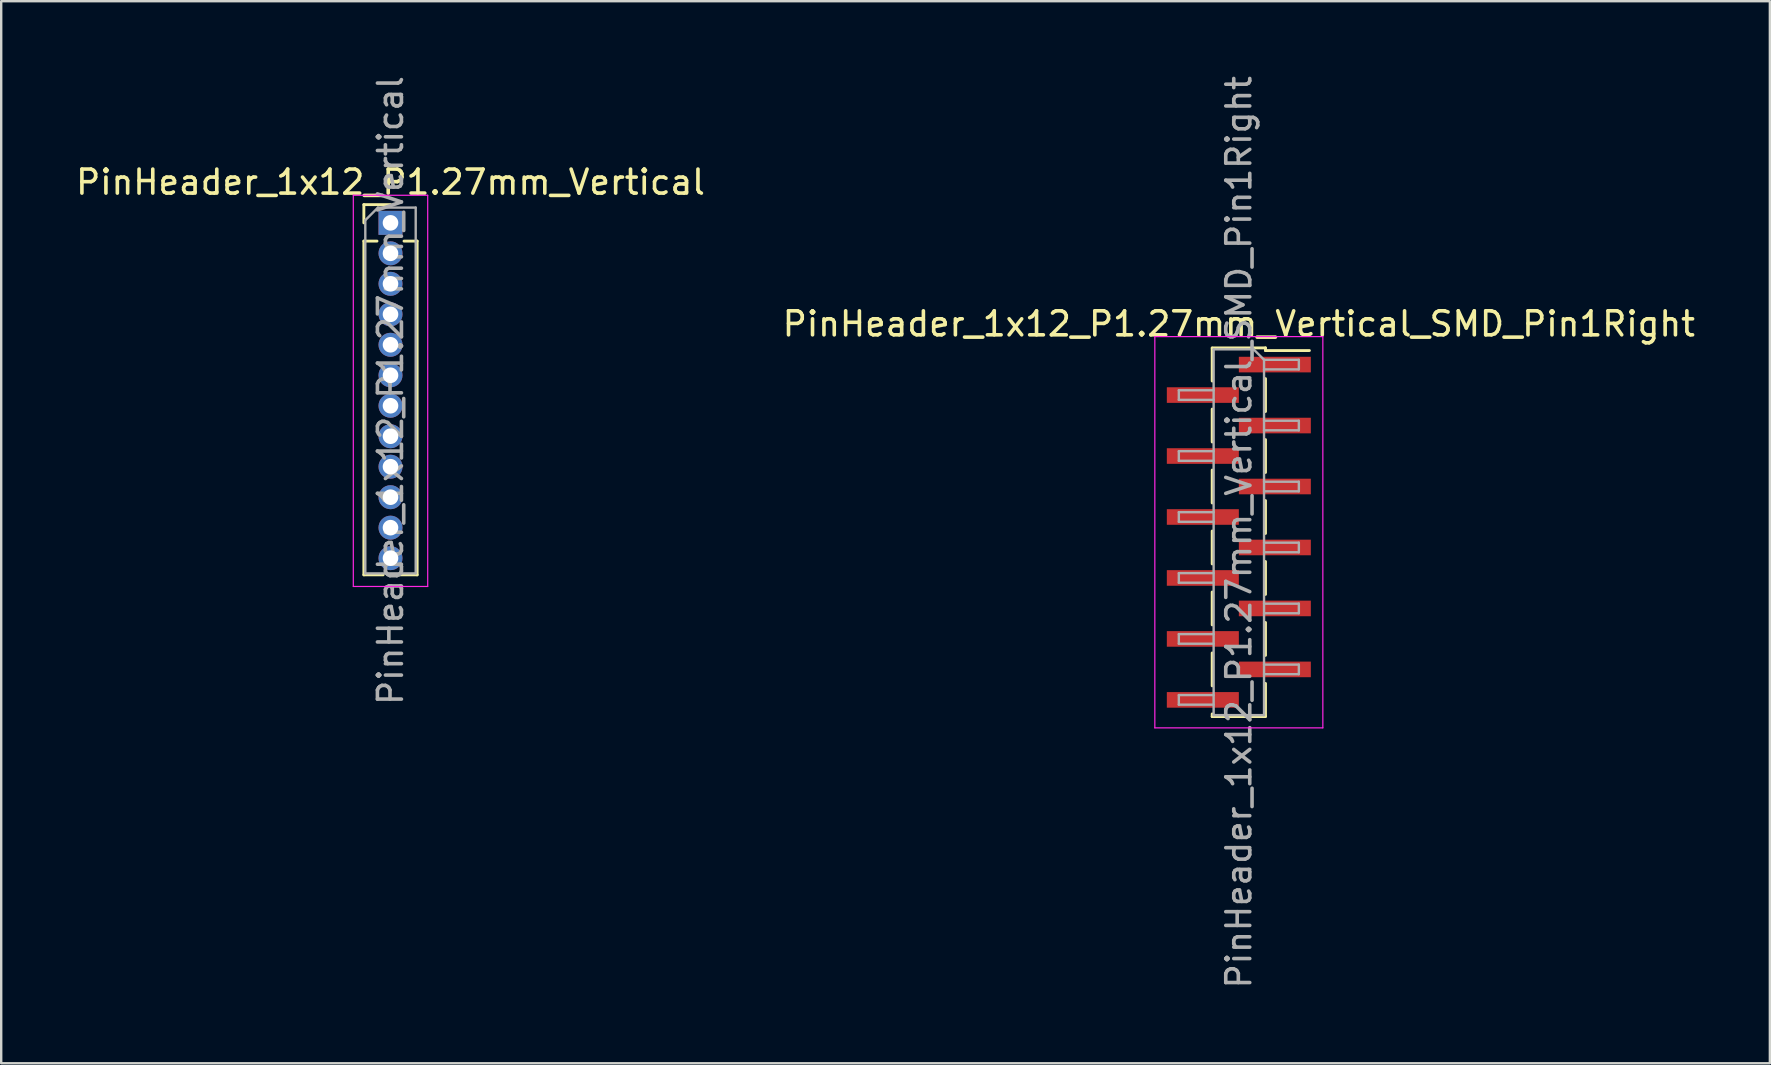
<source format=kicad_pcb>
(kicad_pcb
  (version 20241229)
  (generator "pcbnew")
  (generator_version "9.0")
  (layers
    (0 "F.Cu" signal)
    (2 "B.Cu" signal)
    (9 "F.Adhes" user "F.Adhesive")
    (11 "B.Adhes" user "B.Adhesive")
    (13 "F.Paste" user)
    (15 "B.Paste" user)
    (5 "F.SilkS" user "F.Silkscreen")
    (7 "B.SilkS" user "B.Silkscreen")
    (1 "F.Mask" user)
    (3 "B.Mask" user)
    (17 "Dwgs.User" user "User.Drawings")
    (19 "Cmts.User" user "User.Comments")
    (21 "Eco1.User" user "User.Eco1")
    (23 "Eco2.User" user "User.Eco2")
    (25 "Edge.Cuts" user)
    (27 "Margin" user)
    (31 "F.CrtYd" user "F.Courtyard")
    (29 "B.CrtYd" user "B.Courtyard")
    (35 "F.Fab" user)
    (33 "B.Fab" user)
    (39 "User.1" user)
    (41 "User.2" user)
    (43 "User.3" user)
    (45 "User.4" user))
  (footprint "PinHeader_1x12_P1.27mm_Vertical"
    (layer "F.Cu")
    (at 13.22 6.235)
    (property "Reference" "PinHeader_1x12_P1.27mm_Vertical" (at 0 -1.695 0) (layer "F.SilkS") (effects (font (size 1 1) (thickness 0.15))))
    (attr through_hole)
    (fp_line (start -1.11 -0.76) (end 0 -0.76) (stroke (width 0.12) (type solid)) (layer "F.SilkS"))
    (fp_line (start -1.11 0) (end -1.11 -0.76) (stroke (width 0.12) (type solid)) (layer "F.SilkS"))
    (fp_line (start -1.11 0.76) (end -1.11 14.665) (stroke (width 0.12) (type solid)) (layer "F.SilkS"))
    (fp_line (start -1.11 0.76) (end -0.563 0.76) (stroke (width 0.12) (type solid)) (layer "F.SilkS"))
    (fp_line (start -1.11 14.665) (end -0.308 14.665) (stroke (width 0.12) (type solid)) (layer "F.SilkS"))
    (fp_line (start 0.308 14.665) (end 1.11 14.665) (stroke (width 0.12) (type solid)) (layer "F.SilkS"))
    (fp_line (start 0.563 0.76) (end 1.11 0.76) (stroke (width 0.12) (type solid)) (layer "F.SilkS"))
    (fp_line (start 1.11 0.76) (end 1.11 14.665) (stroke (width 0.12) (type solid)) (layer "F.SilkS"))
    (fp_line (start -1.55 -1.15) (end -1.55 15.15) (stroke (width 0.05) (type solid)) (layer "F.CrtYd"))
    (fp_line (start -1.55 15.15) (end 1.55 15.15) (stroke (width 0.05) (type solid)) (layer "F.CrtYd"))
    (fp_line (start 1.55 -1.15) (end -1.55 -1.15) (stroke (width 0.05) (type solid)) (layer "F.CrtYd"))
    (fp_line (start 1.55 15.15) (end 1.55 -1.15) (stroke (width 0.05) (type solid)) (layer "F.CrtYd"))
    (fp_line (start -1.05 -0.11) (end -0.525 -0.635) (stroke (width 0.1) (type solid)) (layer "F.Fab"))
    (fp_line (start -1.05 14.605) (end -1.05 -0.11) (stroke (width 0.1) (type solid)) (layer "F.Fab"))
    (fp_line (start -0.525 -0.635) (end 1.05 -0.635) (stroke (width 0.1) (type solid)) (layer "F.Fab"))
    (fp_line (start 1.05 -0.635) (end 1.05 14.605) (stroke (width 0.1) (type solid)) (layer "F.Fab"))
    (fp_line (start 1.05 14.605) (end -1.05 14.605) (stroke (width 0.1) (type solid)) (layer "F.Fab"))
    (fp_text user "${REFERENCE}" (at 0 6.985 90) (layer "F.Fab") (effects (font (size 1 1) (thickness 0.15))))
    (pad "1" thru_hole rect (at 0 0) (size 1 1) (drill 0.65) (layers "*.Cu" "*.Mask"))
    (pad "2" thru_hole oval (at 0 1.27) (size 1 1) (drill 0.65) (layers "*.Cu" "*.Mask"))
    (pad "3" thru_hole oval (at 0 2.54) (size 1 1) (drill 0.65) (layers "*.Cu" "*.Mask"))
    (pad "4" thru_hole oval (at 0 3.81) (size 1 1) (drill 0.65) (layers "*.Cu" "*.Mask"))
    (pad "5" thru_hole oval (at 0 5.08) (size 1 1) (drill 0.65) (layers "*.Cu" "*.Mask"))
    (pad "6" thru_hole oval (at 0 6.35) (size 1 1) (drill 0.65) (layers "*.Cu" "*.Mask"))
    (pad "7" thru_hole oval (at 0 7.62) (size 1 1) (drill 0.65) (layers "*.Cu" "*.Mask"))
    (pad "8" thru_hole oval (at 0 8.89) (size 1 1) (drill 0.65) (layers "*.Cu" "*.Mask"))
    (pad "9" thru_hole oval (at 0 10.16) (size 1 1) (drill 0.65) (layers "*.Cu" "*.Mask"))
    (pad "10" thru_hole oval (at 0 11.43) (size 1 1) (drill 0.65) (layers "*.Cu" "*.Mask"))
    (pad "11" thru_hole oval (at 0 12.7) (size 1 1) (drill 0.65) (layers "*.Cu" "*.Mask"))
    (pad "12" thru_hole oval (at 0 13.97) (size 1 1) (drill 0.65) (layers "*.Cu" "*.Mask")))
  (footprint "PinHeader_1x12_P1.27mm_Vertical_SMD_Pin1Right"
    (layer "F.Cu")
    (at 48.565 19.125)
    (property "Reference" "PinHeader_1x12_P1.27mm_Vertical_SMD_Pin1Right" (at 0 -8.68 0) (layer "F.SilkS") (effects (font (size 1 1) (thickness 0.15))))
    (attr smd)
    (fp_line (start -1.11 -7.68) (end 1.11 -7.68) (stroke (width 0.12) (type solid)) (layer "F.SilkS"))
    (fp_line (start -1.11 -7.67) (end -1.11 -6.3) (stroke (width 0.12) (type solid)) (layer "F.SilkS"))
    (fp_line (start -1.11 -5.13) (end -1.11 -3.76) (stroke (width 0.12) (type solid)) (layer "F.SilkS"))
    (fp_line (start -1.11 -2.59) (end -1.11 -1.22) (stroke (width 0.12) (type solid)) (layer "F.SilkS"))
    (fp_line (start -1.11 -0.05) (end -1.11 1.32) (stroke (width 0.12) (type solid)) (layer "F.SilkS"))
    (fp_line (start -1.11 2.49) (end -1.11 3.86) (stroke (width 0.12) (type solid)) (layer "F.SilkS"))
    (fp_line (start -1.11 5.03) (end -1.11 6.4) (stroke (width 0.12) (type solid)) (layer "F.SilkS"))
    (fp_line (start -1.11 7.57) (end -1.11 7.68) (stroke (width 0.12) (type solid)) (layer "F.SilkS"))
    (fp_line (start -1.11 7.68) (end 1.11 7.68) (stroke (width 0.12) (type solid)) (layer "F.SilkS"))
    (fp_line (start 1.11 -7.68) (end 1.11 -7.57) (stroke (width 0.12) (type solid)) (layer "F.SilkS"))
    (fp_line (start 1.11 -7.57) (end 2.94 -7.57) (stroke (width 0.12) (type solid)) (layer "F.SilkS"))
    (fp_line (start 1.11 -6.4) (end 1.11 -5.03) (stroke (width 0.12) (type solid)) (layer "F.SilkS"))
    (fp_line (start 1.11 -3.86) (end 1.11 -2.49) (stroke (width 0.12) (type solid)) (layer "F.SilkS"))
    (fp_line (start 1.11 -1.32) (end 1.11 0.05) (stroke (width 0.12) (type solid)) (layer "F.SilkS"))
    (fp_line (start 1.11 1.22) (end 1.11 2.59) (stroke (width 0.12) (type solid)) (layer "F.SilkS"))
    (fp_line (start 1.11 3.76) (end 1.11 5.13) (stroke (width 0.12) (type solid)) (layer "F.SilkS"))
    (fp_line (start 1.11 6.3) (end 1.11 7.67) (stroke (width 0.12) (type solid)) (layer "F.SilkS"))
    (fp_line (start -3.5 -8.15) (end -3.5 8.15) (stroke (width 0.05) (type solid)) (layer "F.CrtYd"))
    (fp_line (start -3.5 8.15) (end 3.5 8.15) (stroke (width 0.05) (type solid)) (layer "F.CrtYd"))
    (fp_line (start 3.5 -8.15) (end -3.5 -8.15) (stroke (width 0.05) (type solid)) (layer "F.CrtYd"))
    (fp_line (start 3.5 8.15) (end 3.5 -8.15) (stroke (width 0.05) (type solid)) (layer "F.CrtYd"))
    (fp_line (start -2.5 -5.915) (end -2.5 -5.515) (stroke (width 0.1) (type solid)) (layer "F.Fab"))
    (fp_line (start -2.5 -5.515) (end -1.05 -5.515) (stroke (width 0.1) (type solid)) (layer "F.Fab"))
    (fp_line (start -2.5 -3.375) (end -2.5 -2.975) (stroke (width 0.1) (type solid)) (layer "F.Fab"))
    (fp_line (start -2.5 -2.975) (end -1.05 -2.975) (stroke (width 0.1) (type solid)) (layer "F.Fab"))
    (fp_line (start -2.5 -0.835) (end -2.5 -0.435) (stroke (width 0.1) (type solid)) (layer "F.Fab"))
    (fp_line (start -2.5 -0.435) (end -1.05 -0.435) (stroke (width 0.1) (type solid)) (layer "F.Fab"))
    (fp_line (start -2.5 1.705) (end -2.5 2.105) (stroke (width 0.1) (type solid)) (layer "F.Fab"))
    (fp_line (start -2.5 2.105) (end -1.05 2.105) (stroke (width 0.1) (type solid)) (layer "F.Fab"))
    (fp_line (start -2.5 4.245) (end -2.5 4.645) (stroke (width 0.1) (type solid)) (layer "F.Fab"))
    (fp_line (start -2.5 4.645) (end -1.05 4.645) (stroke (width 0.1) (type solid)) (layer "F.Fab"))
    (fp_line (start -2.5 6.785) (end -2.5 7.185) (stroke (width 0.1) (type solid)) (layer "F.Fab"))
    (fp_line (start -2.5 7.185) (end -1.05 7.185) (stroke (width 0.1) (type solid)) (layer "F.Fab"))
    (fp_line (start -1.05 -7.62) (end -1.05 7.62) (stroke (width 0.1) (type solid)) (layer "F.Fab"))
    (fp_line (start -1.05 -7.62) (end 0.615 -7.62) (stroke (width 0.1) (type solid)) (layer "F.Fab"))
    (fp_line (start -1.05 -5.915) (end -2.5 -5.915) (stroke (width 0.1) (type solid)) (layer "F.Fab"))
    (fp_line (start -1.05 -3.375) (end -2.5 -3.375) (stroke (width 0.1) (type solid)) (layer "F.Fab"))
    (fp_line (start -1.05 -0.835) (end -2.5 -0.835) (stroke (width 0.1) (type solid)) (layer "F.Fab"))
    (fp_line (start -1.05 1.705) (end -2.5 1.705) (stroke (width 0.1) (type solid)) (layer "F.Fab"))
    (fp_line (start -1.05 4.245) (end -2.5 4.245) (stroke (width 0.1) (type solid)) (layer "F.Fab"))
    (fp_line (start -1.05 6.785) (end -2.5 6.785) (stroke (width 0.1) (type solid)) (layer "F.Fab"))
    (fp_line (start 1.05 -7.185) (end 0.615 -7.62) (stroke (width 0.1) (type solid)) (layer "F.Fab"))
    (fp_line (start 1.05 -7.185) (end 2.5 -7.185) (stroke (width 0.1) (type solid)) (layer "F.Fab"))
    (fp_line (start 1.05 -4.645) (end 2.5 -4.645) (stroke (width 0.1) (type solid)) (layer "F.Fab"))
    (fp_line (start 1.05 -2.105) (end 2.5 -2.105) (stroke (width 0.1) (type solid)) (layer "F.Fab"))
    (fp_line (start 1.05 0.435) (end 2.5 0.435) (stroke (width 0.1) (type solid)) (layer "F.Fab"))
    (fp_line (start 1.05 2.975) (end 2.5 2.975) (stroke (width 0.1) (type solid)) (layer "F.Fab"))
    (fp_line (start 1.05 5.515) (end 2.5 5.515) (stroke (width 0.1) (type solid)) (layer "F.Fab"))
    (fp_line (start 1.05 7.62) (end -1.05 7.62) (stroke (width 0.1) (type solid)) (layer "F.Fab"))
    (fp_line (start 1.05 7.62) (end 1.05 -7.185) (stroke (width 0.1) (type solid)) (layer "F.Fab"))
    (fp_line (start 2.5 -7.185) (end 2.5 -6.785) (stroke (width 0.1) (type solid)) (layer "F.Fab"))
    (fp_line (start 2.5 -6.785) (end 1.05 -6.785) (stroke (width 0.1) (type solid)) (layer "F.Fab"))
    (fp_line (start 2.5 -4.645) (end 2.5 -4.245) (stroke (width 0.1) (type solid)) (layer "F.Fab"))
    (fp_line (start 2.5 -4.245) (end 1.05 -4.245) (stroke (width 0.1) (type solid)) (layer "F.Fab"))
    (fp_line (start 2.5 -2.105) (end 2.5 -1.705) (stroke (width 0.1) (type solid)) (layer "F.Fab"))
    (fp_line (start 2.5 -1.705) (end 1.05 -1.705) (stroke (width 0.1) (type solid)) (layer "F.Fab"))
    (fp_line (start 2.5 0.435) (end 2.5 0.835) (stroke (width 0.1) (type solid)) (layer "F.Fab"))
    (fp_line (start 2.5 0.835) (end 1.05 0.835) (stroke (width 0.1) (type solid)) (layer "F.Fab"))
    (fp_line (start 2.5 2.975) (end 2.5 3.375) (stroke (width 0.1) (type solid)) (layer "F.Fab"))
    (fp_line (start 2.5 3.375) (end 1.05 3.375) (stroke (width 0.1) (type solid)) (layer "F.Fab"))
    (fp_line (start 2.5 5.515) (end 2.5 5.915) (stroke (width 0.1) (type solid)) (layer "F.Fab"))
    (fp_line (start 2.5 5.915) (end 1.05 5.915) (stroke (width 0.1) (type solid)) (layer "F.Fab"))
    (fp_text user "${REFERENCE}" (at 0 0 90) (layer "F.Fab") (effects (font (size 1 1) (thickness 0.15))))
    (pad "1" smd rect (at 1.5 -6.985) (size 3 0.65) (layers "F.Cu" "F.Mask" "F.Paste"))
    (pad "2" smd rect (at -1.5 -5.715) (size 3 0.65) (layers "F.Cu" "F.Mask" "F.Paste"))
    (pad "3" smd rect (at 1.5 -4.445) (size 3 0.65) (layers "F.Cu" "F.Mask" "F.Paste"))
    (pad "4" smd rect (at -1.5 -3.175) (size 3 0.65) (layers "F.Cu" "F.Mask" "F.Paste"))
    (pad "5" smd rect (at 1.5 -1.905) (size 3 0.65) (layers "F.Cu" "F.Mask" "F.Paste"))
    (pad "6" smd rect (at -1.5 -0.635) (size 3 0.65) (layers "F.Cu" "F.Mask" "F.Paste"))
    (pad "7" smd rect (at 1.5 0.635) (size 3 0.65) (layers "F.Cu" "F.Mask" "F.Paste"))
    (pad "8" smd rect (at -1.5 1.905) (size 3 0.65) (layers "F.Cu" "F.Mask" "F.Paste"))
    (pad "9" smd rect (at 1.5 3.175) (size 3 0.65) (layers "F.Cu" "F.Mask" "F.Paste"))
    (pad "10" smd rect (at -1.5 4.445) (size 3 0.65) (layers "F.Cu" "F.Mask" "F.Paste"))
    (pad "11" smd rect (at 1.5 5.715) (size 3 0.65) (layers "F.Cu" "F.Mask" "F.Paste"))
    (pad "12" smd rect (at -1.5 6.985) (size 3 0.65) (layers "F.Cu" "F.Mask" "F.Paste")))
  (gr_rect
    (start -3 -3)
    (end 70.69 41.25)
    (stroke (width 0.1) (type default))
    (fill no)
    (layer "Edge.Cuts")))
</source>
